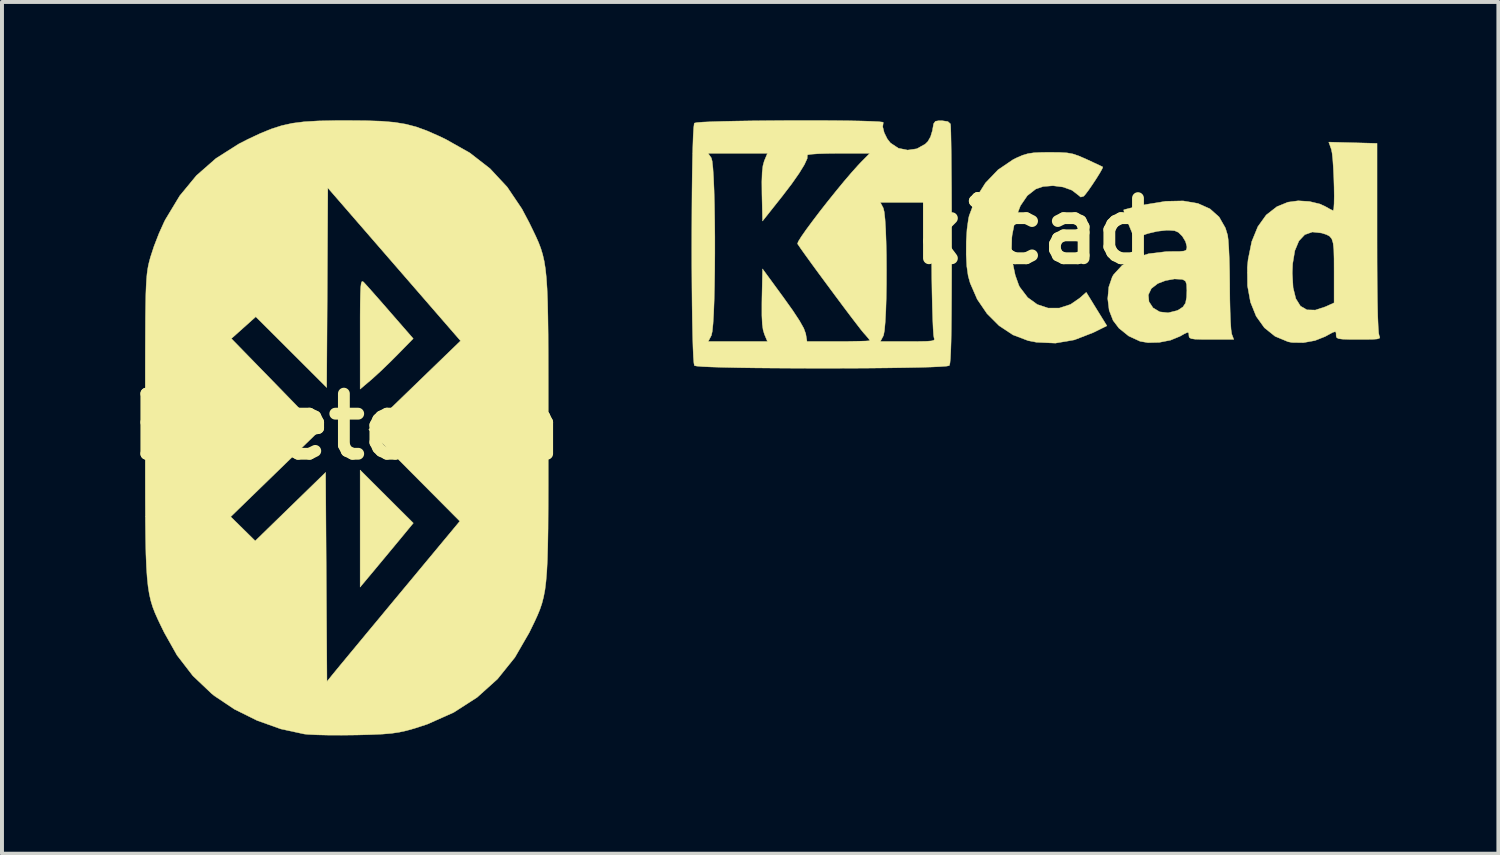
<source format=kicad_pcb>
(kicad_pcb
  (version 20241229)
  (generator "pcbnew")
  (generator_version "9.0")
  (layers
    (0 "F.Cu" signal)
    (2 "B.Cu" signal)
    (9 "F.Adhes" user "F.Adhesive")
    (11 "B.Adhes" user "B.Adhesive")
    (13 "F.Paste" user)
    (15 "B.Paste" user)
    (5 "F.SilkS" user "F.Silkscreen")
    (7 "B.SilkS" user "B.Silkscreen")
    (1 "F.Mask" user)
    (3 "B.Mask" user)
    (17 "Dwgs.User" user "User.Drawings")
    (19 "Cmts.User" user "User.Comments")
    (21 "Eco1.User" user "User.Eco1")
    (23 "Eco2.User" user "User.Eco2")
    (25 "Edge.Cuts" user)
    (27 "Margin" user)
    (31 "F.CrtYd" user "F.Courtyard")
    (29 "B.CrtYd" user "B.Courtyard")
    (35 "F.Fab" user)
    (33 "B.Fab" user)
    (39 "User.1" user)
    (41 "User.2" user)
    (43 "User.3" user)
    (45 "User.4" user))
  (footprint "kicad"
    (layer "F.Cu")
    (at 23.148 2.807)
    (property "Reference" "kicad" (at 0 0 0) (layer "F.SilkS") (effects (font (size 1.524 1.524) (thickness 0.3))))
    (attr through_hole)
    (fp_poly (pts (xy 0.668 -1.993) (xy 0.851 -1.982) (xy 0.999 -1.955) (xy 1.144 -1.906) (xy 1.323 -1.829) (xy 1.348 -1.817) (xy 1.529 -1.733) (xy 1.671 -1.667) (xy 1.749 -1.629) (xy 1.757 -1.624) (xy 1.741 -1.578) (xy 1.681 -1.471) (xy 1.592 -1.328) (xy 1.49 -1.173) (xy 1.391 -1.03) (xy 1.31 -0.924) (xy 1.273 -0.883) (xy 1.197 -0.861) (xy 1.138 -0.91) (xy 0.975 -1.035) (xy 0.75 -1.116) (xy 0.495 -1.149) (xy 0.244 -1.129) (xy 0.059 -1.066) (xy -0.156 -0.898) (xy -0.331 -0.642) (xy -0.46 -0.306) (xy -0.541 0.1) (xy -0.549 0.169) (xy -0.557 0.481) (xy -0.527 0.81) (xy -0.463 1.119) (xy -0.373 1.372) (xy -0.347 1.422) (xy -0.148 1.684) (xy 0.096 1.861) (xy 0.369 1.952) (xy 0.655 1.952) (xy 0.938 1.86) (xy 1.166 1.704) (xy 1.338 1.553) (xy 1.599 1.978) (xy 1.861 2.402) (xy 1.514 2.574) (xy 1.035 2.759) (xy 0.556 2.841) (xy 0.074 2.819) (xy -0.136 2.778) (xy -0.519 2.633) (xy -0.87 2.401) (xy -1.177 2.095) (xy -1.426 1.73) (xy -1.605 1.319) (xy -1.656 1.135) (xy -1.69 0.897) (xy -1.706 0.596) (xy -1.704 0.269) (xy -1.685 -0.046) (xy -1.648 -0.311) (xy -1.631 -0.387) (xy -1.466 -0.825) (xy -1.218 -1.219) (xy -0.899 -1.552) (xy -0.521 -1.809) (xy -0.428 -1.856) (xy -0.278 -1.921) (xy -0.141 -1.962) (xy 0.012 -1.985) (xy 0.215 -1.994) (xy 0.415 -1.996) (xy 0.668 -1.993)) (stroke (width 0.01) (type solid)) (fill yes) (layer "F.SilkS"))
    (fp_poly (pts (xy 8.709 -2.223) (xy 8.709 0.162) (xy 8.71 0.795) (xy 8.713 1.34) (xy 8.719 1.795) (xy 8.727 2.155) (xy 8.738 2.42) (xy 8.75 2.586) (xy 8.762 2.647) (xy 8.78 2.691) (xy 8.768 2.719) (xy 8.71 2.736) (xy 8.589 2.745) (xy 8.388 2.747) (xy 8.244 2.747) (xy 7.994 2.746) (xy 7.83 2.74) (xy 7.733 2.727) (xy 7.687 2.702) (xy 7.673 2.664) (xy 7.672 2.644) (xy 7.67 2.576) (xy 7.649 2.55) (xy 7.588 2.568) (xy 7.467 2.633) (xy 7.395 2.673) (xy 7.135 2.776) (xy 6.84 2.829) (xy 6.556 2.825) (xy 6.454 2.806) (xy 6.125 2.669) (xy 5.854 2.452) (xy 5.645 2.16) (xy 5.501 1.803) (xy 5.425 1.387) (xy 5.422 1.062) (xy 6.56 1.062) (xy 6.581 1.434) (xy 6.65 1.713) (xy 6.767 1.901) (xy 6.931 1.997) (xy 7.144 2.003) (xy 7.4 1.919) (xy 7.62 1.819) (xy 7.62 1.02) (xy 7.619 0.699) (xy 7.613 0.466) (xy 7.595 0.305) (xy 7.562 0.199) (xy 7.508 0.132) (xy 7.427 0.089) (xy 7.314 0.053) (xy 7.302 0.05) (xy 7.068 0.024) (xy 6.876 0.092) (xy 6.728 0.251) (xy 6.625 0.497) (xy 6.57 0.829) (xy 6.56 1.062) (xy 5.422 1.062) (xy 5.421 0.92) (xy 5.44 0.724) (xy 5.533 0.266) (xy 5.687 -0.111) (xy 5.899 -0.407) (xy 6.17 -0.618) (xy 6.449 -0.732) (xy 6.709 -0.767) (xy 6.994 -0.75) (xy 7.257 -0.687) (xy 7.393 -0.625) (xy 7.512 -0.558) (xy 7.588 -0.521) (xy 7.597 -0.518) (xy 7.612 -0.566) (xy 7.62 -0.696) (xy 7.623 -0.886) (xy 7.62 -1.115) (xy 7.613 -1.36) (xy 7.601 -1.6) (xy 7.587 -1.814) (xy 7.569 -1.979) (xy 7.55 -2.073) (xy 7.485 -2.255) (xy 8.709 -2.223)) (stroke (width 0.01) (type solid)) (fill yes) (layer "F.SilkS"))
    (fp_poly (pts (xy 4.168 -0.7) (xy 4.473 -0.564) (xy 4.706 -0.356) (xy 4.865 -0.078) (xy 4.921 0.104) (xy 4.937 0.227) (xy 4.951 0.434) (xy 4.963 0.704) (xy 4.971 1.018) (xy 4.975 1.356) (xy 4.975 1.409) (xy 4.978 1.74) (xy 4.985 2.043) (xy 4.995 2.3) (xy 5.008 2.493) (xy 5.024 2.603) (xy 5.027 2.614) (xy 5.077 2.747) (xy 4.509 2.747) (xy 4.259 2.746) (xy 4.096 2.741) (xy 4 2.727) (xy 3.954 2.702) (xy 3.94 2.663) (xy 3.94 2.641) (xy 3.934 2.582) (xy 3.903 2.569) (xy 3.824 2.605) (xy 3.715 2.667) (xy 3.474 2.766) (xy 3.188 2.822) (xy 2.903 2.829) (xy 2.703 2.795) (xy 2.413 2.661) (xy 2.166 2.462) (xy 2.018 2.267) (xy 1.918 2.008) (xy 1.882 1.713) (xy 1.891 1.618) (xy 2.911 1.618) (xy 2.928 1.791) (xy 3.03 1.946) (xy 3.2 2.048) (xy 3.412 2.072) (xy 3.636 2.017) (xy 3.677 1.998) (xy 3.789 1.923) (xy 3.854 1.826) (xy 3.882 1.677) (xy 3.888 1.505) (xy 3.881 1.351) (xy 3.854 1.27) (xy 3.791 1.232) (xy 3.763 1.224) (xy 3.574 1.214) (xy 3.348 1.255) (xy 3.151 1.33) (xy 2.987 1.457) (xy 2.911 1.618) (xy 1.891 1.618) (xy 1.909 1.418) (xy 1.997 1.161) (xy 2.031 1.104) (xy 2.249 0.867) (xy 2.548 0.69) (xy 2.922 0.574) (xy 3.366 0.521) (xy 3.51 0.518) (xy 3.704 0.517) (xy 3.817 0.506) (xy 3.871 0.48) (xy 3.887 0.43) (xy 3.888 0.392) (xy 3.855 0.267) (xy 3.774 0.133) (xy 3.762 0.12) (xy 3.674 0.033) (xy 3.578 -0.009) (xy 3.434 -0.02) (xy 3.361 -0.019) (xy 3.139 0.006) (xy 2.904 0.061) (xy 2.822 0.089) (xy 2.56 0.19) (xy 2.413 -0.166) (xy 2.345 -0.339) (xy 2.3 -0.47) (xy 2.286 -0.535) (xy 2.287 -0.537) (xy 2.343 -0.554) (xy 2.478 -0.588) (xy 2.67 -0.633) (xy 2.844 -0.672) (xy 3.352 -0.755) (xy 3.794 -0.764) (xy 4.168 -0.7)) (stroke (width 0.01) (type solid)) (fill yes) (layer "F.SilkS"))
    (fp_poly (pts (xy -5.453 -2.802) (xy -5.056 -2.8) (xy -4.692 -2.796) (xy -4.375 -2.79) (xy -4.117 -2.782) (xy -3.929 -2.773) (xy -3.824 -2.761) (xy -3.807 -2.753) (xy -3.822 -2.644) (xy -3.784 -2.493) (xy -3.706 -2.336) (xy -3.625 -2.233) (xy -3.425 -2.1) (xy -3.193 -2.052) (xy -2.958 -2.086) (xy -2.747 -2.203) (xy -2.678 -2.27) (xy -2.609 -2.391) (xy -2.56 -2.554) (xy -2.555 -2.588) (xy -2.531 -2.722) (xy -2.486 -2.783) (xy -2.39 -2.799) (xy -2.331 -2.799) (xy -2.17 -2.776) (xy -2.105 -2.717) (xy -2.099 -2.652) (xy -2.094 -2.492) (xy -2.089 -2.247) (xy -2.084 -1.927) (xy -2.081 -1.542) (xy -2.077 -1.1) (xy -2.075 -0.611) (xy -2.074 -0.085) (xy -2.073 0.357) (xy -2.074 1.031) (xy -2.076 1.607) (xy -2.079 2.092) (xy -2.083 2.49) (xy -2.089 2.809) (xy -2.097 3.054) (xy -2.106 3.23) (xy -2.117 3.345) (xy -2.131 3.403) (xy -2.136 3.411) (xy -2.2 3.424) (xy -2.357 3.436) (xy -2.596 3.447) (xy -2.905 3.456) (xy -3.274 3.463) (xy -3.693 3.469) (xy -4.149 3.474) (xy -4.632 3.477) (xy -5.131 3.478) (xy -5.636 3.478) (xy -6.134 3.476) (xy -6.616 3.473) (xy -7.069 3.469) (xy -7.484 3.463) (xy -7.85 3.455) (xy -8.155 3.446) (xy -8.388 3.436) (xy -8.538 3.423) (xy -8.595 3.411) (xy -8.608 3.346) (xy -8.621 3.189) (xy -8.631 2.951) (xy -8.64 2.643) (xy -8.648 2.276) (xy -8.654 1.862) (xy -8.658 1.411) (xy -8.661 0.936) (xy -8.662 0.447) (xy -8.661 -0.045) (xy -8.659 -0.528) (xy -8.656 -0.991) (xy -8.651 -1.423) (xy -8.644 -1.812) (xy -8.64 -1.97) (xy -8.248 -1.97) (xy -8.167 -1.855) (xy -8.145 -1.771) (xy -8.126 -1.597) (xy -8.11 -1.347) (xy -8.097 -1.035) (xy -8.087 -0.673) (xy -8.081 -0.276) (xy -8.077 0.143) (xy -8.077 0.57) (xy -8.08 0.992) (xy -8.086 1.394) (xy -8.095 1.764) (xy -8.107 2.087) (xy -8.123 2.35) (xy -8.142 2.54) (xy -8.164 2.642) (xy -8.166 2.646) (xy -8.245 2.799) (xy -6.744 2.799) (xy -6.821 2.616) (xy -6.854 2.506) (xy -6.875 2.353) (xy -6.885 2.139) (xy -6.885 1.846) (xy -6.883 1.696) (xy -6.868 0.959) (xy -6.337 1.685) (xy -6.101 2.015) (xy -5.931 2.274) (xy -5.823 2.466) (xy -5.775 2.598) (xy -5.773 2.605) (xy -5.741 2.799) (xy -4.944 2.799) (xy -4.67 2.798) (xy -4.436 2.794) (xy -4.261 2.788) (xy -4.162 2.781) (xy -4.147 2.776) (xy -4.179 2.728) (xy -4.26 2.633) (xy -4.306 2.582) (xy -4.371 2.503) (xy -4.485 2.355) (xy -4.64 2.153) (xy -4.822 1.911) (xy -5.021 1.644) (xy -5.227 1.366) (xy -5.429 1.093) (xy -5.615 0.839) (xy -5.775 0.618) (xy -5.897 0.447) (xy -5.971 0.338) (xy -5.982 0.322) (xy -5.962 0.265) (xy -5.885 0.141) (xy -5.762 -0.035) (xy -5.602 -0.251) (xy -5.417 -0.495) (xy -5.236 -0.726) (xy -3.882 -0.726) (xy -3.807 -0.583) (xy -3.783 -0.483) (xy -3.763 -0.297) (xy -3.747 -0.04) (xy -3.736 0.27) (xy -3.728 0.615) (xy -3.726 0.981) (xy -3.727 1.348) (xy -3.733 1.702) (xy -3.743 2.024) (xy -3.758 2.299) (xy -3.776 2.508) (xy -3.799 2.636) (xy -3.807 2.657) (xy -3.882 2.799) (xy -3.179 2.799) (xy -2.898 2.798) (xy -2.706 2.794) (xy -2.587 2.785) (xy -2.527 2.768) (xy -2.511 2.742) (xy -2.521 2.708) (xy -2.533 2.636) (xy -2.544 2.473) (xy -2.554 2.233) (xy -2.564 1.928) (xy -2.572 1.572) (xy -2.578 1.178) (xy -2.58 0.946) (xy -2.595 -0.726) (xy -3.882 -0.726) (xy -5.236 -0.726) (xy -5.215 -0.752) (xy -5.007 -1.011) (xy -4.804 -1.258) (xy -4.615 -1.479) (xy -4.451 -1.662) (xy -4.369 -1.749) (xy -4.15 -1.97) (xy -4.955 -1.97) (xy -5.229 -1.967) (xy -5.459 -1.96) (xy -5.628 -1.948) (xy -5.721 -1.934) (xy -5.732 -1.925) (xy -5.736 -1.839) (xy -5.807 -1.684) (xy -5.94 -1.467) (xy -6.131 -1.194) (xy -6.376 -0.874) (xy -6.403 -0.84) (xy -6.868 -0.254) (xy -6.883 -0.928) (xy -6.886 -1.25) (xy -6.878 -1.486) (xy -6.858 -1.656) (xy -6.825 -1.777) (xy -6.821 -1.786) (xy -6.744 -1.97) (xy -8.248 -1.97) (xy -8.64 -1.97) (xy -8.635 -2.148) (xy -8.626 -2.419) (xy -8.614 -2.613) (xy -8.601 -2.72) (xy -8.595 -2.737) (xy -8.532 -2.75) (xy -8.382 -2.762) (xy -8.154 -2.772) (xy -7.863 -2.781) (xy -7.519 -2.788) (xy -7.136 -2.794) (xy -6.726 -2.798) (xy -6.3 -2.801) (xy -5.872 -2.802) (xy -5.453 -2.802)) (stroke (width 0.01) (type solid)) (fill yes) (layer "F.SilkS")))
  (footprint "Bluetooth"
    (layer "F.Cu")
    (at 5.74 7.763)
    (property "Reference" "Bluetooth" (at 0 0 0) (layer "F.SilkS") (effects (font (size 1.524 1.524) (thickness 0.3))))
    (attr through_hole)
    (fp_poly (pts (xy 1.013 1.775) (xy 1.687 2.447) (xy 1.311 2.903) (xy 1.11 3.145) (xy 0.895 3.404) (xy 0.702 3.636) (xy 0.637 3.714) (xy 0.339 4.07) (xy 0.339 1.102) (xy 1.013 1.775)) (stroke (width 0.01) (type solid)) (fill yes) (layer "F.SilkS"))
    (fp_poly (pts (xy 0.429 -3.66) (xy 0.496 -3.587) (xy 0.622 -3.446) (xy 0.791 -3.255) (xy 0.989 -3.029) (xy 1.101 -2.9) (xy 1.685 -2.23) (xy 1.28 -1.816) (xy 1.072 -1.609) (xy 0.859 -1.404) (xy 0.673 -1.234) (xy 0.607 -1.176) (xy 0.339 -0.949) (xy 0.339 -2.349) (xy 0.339 -2.782) (xy 0.341 -3.114) (xy 0.346 -3.357) (xy 0.353 -3.523) (xy 0.365 -3.624) (xy 0.381 -3.672) (xy 0.404 -3.679) (xy 0.429 -3.66)) (stroke (width 0.01) (type solid)) (fill yes) (layer "F.SilkS"))
    (fp_poly (pts (xy 0.485 -7.754) (xy 0.881 -7.741) (xy 1.209 -7.713) (xy 1.495 -7.666) (xy 1.76 -7.597) (xy 2.028 -7.5) (xy 2.321 -7.371) (xy 2.512 -7.28) (xy 3.117 -6.939) (xy 3.631 -6.54) (xy 4.067 -6.072) (xy 4.439 -5.52) (xy 4.627 -5.165) (xy 4.717 -4.98) (xy 4.795 -4.817) (xy 4.862 -4.666) (xy 4.919 -4.517) (xy 4.966 -4.362) (xy 5.005 -4.192) (xy 5.036 -3.997) (xy 5.06 -3.768) (xy 5.078 -3.496) (xy 5.091 -3.172) (xy 5.099 -2.786) (xy 5.105 -2.329) (xy 5.107 -1.793) (xy 5.108 -1.167) (xy 5.108 -0.443) (xy 5.108 0.028) (xy 5.108 0.814) (xy 5.108 1.496) (xy 5.106 2.083) (xy 5.103 2.585) (xy 5.096 3.011) (xy 5.086 3.371) (xy 5.071 3.672) (xy 5.05 3.925) (xy 5.024 4.139) (xy 4.989 4.322) (xy 4.947 4.485) (xy 4.896 4.636) (xy 4.835 4.784) (xy 4.764 4.939) (xy 4.681 5.11) (xy 4.627 5.221) (xy 4.262 5.852) (xy 3.821 6.4) (xy 3.304 6.865) (xy 2.71 7.247) (xy 2.041 7.545) (xy 1.719 7.65) (xy 1.516 7.707) (xy 1.33 7.748) (xy 1.135 7.777) (xy 0.906 7.796) (xy 0.617 7.809) (xy 0.242 7.819) (xy 0.226 7.819) (xy -0.123 7.823) (xy -0.458 7.822) (xy -0.751 7.815) (xy -0.975 7.804) (xy -1.077 7.794) (xy -1.673 7.665) (xy -2.275 7.45) (xy -2.847 7.166) (xy -3.354 6.827) (xy -3.425 6.77) (xy -3.902 6.317) (xy -4.304 5.795) (xy -4.627 5.221) (xy -4.717 5.037) (xy -4.795 4.873) (xy -4.862 4.722) (xy -4.919 4.574) (xy -4.966 4.419) (xy -5.005 4.249) (xy -5.036 4.054) (xy -5.06 3.825) (xy -5.078 3.553) (xy -5.091 3.229) (xy -5.099 2.843) (xy -5.105 2.386) (xy -5.105 2.286) (xy -2.942 2.286) (xy -2.631 2.592) (xy -2.32 2.898) (xy -1.428 2.03) (xy -0.536 1.162) (xy -0.519 3.813) (xy -0.502 6.463) (xy -0.366 6.294) (xy -0.301 6.215) (xy -0.173 6.059) (xy 0.011 5.837) (xy 0.243 5.557) (xy 0.513 5.231) (xy 0.815 4.868) (xy 1.138 4.478) (xy 1.318 4.262) (xy 2.866 2.399) (xy 1.712 1.238) (xy 0.558 0.077) (xy 1.721 -1.048) (xy 2.885 -2.173) (xy -0.48 -6.05) (xy -0.494 -3.52) (xy -0.509 -0.99) (xy -1.407 -1.887) (xy -2.306 -2.784) (xy -2.615 -2.507) (xy -2.925 -2.23) (xy -2.347 -1.637) (xy -2.076 -1.359) (xy -1.77 -1.045) (xy -1.469 -0.735) (xy -1.221 -0.48) (xy -0.674 0.085) (xy -1.808 1.185) (xy -2.942 2.286) (xy -5.105 2.286) (xy -5.107 1.849) (xy -5.108 1.224) (xy -5.108 0.5) (xy -5.108 0.028) (xy -5.108 -0.723) (xy -5.108 -1.37) (xy -5.107 -1.922) (xy -5.105 -2.388) (xy -5.103 -2.777) (xy -5.098 -3.097) (xy -5.093 -3.358) (xy -5.085 -3.568) (xy -5.075 -3.736) (xy -5.063 -3.871) (xy -5.048 -3.982) (xy -5.031 -4.078) (xy -5.01 -4.168) (xy -4.985 -4.261) (xy -4.978 -4.288) (xy -4.886 -4.57) (xy -4.762 -4.891) (xy -4.628 -5.188) (xy -4.598 -5.247) (xy -4.234 -5.85) (xy -3.811 -6.363) (xy -3.315 -6.798) (xy -2.735 -7.166) (xy -2.512 -7.28) (xy -2.193 -7.43) (xy -1.913 -7.544) (xy -1.649 -7.629) (xy -1.378 -7.689) (xy -1.077 -7.727) (xy -0.723 -7.748) (xy -0.293 -7.757) (xy 0 -7.758) (xy 0.485 -7.754)) (stroke (width 0.01) (type solid)) (fill yes) (layer "F.SilkS")))
  (gr_rect
    (start -3 -3)
    (end 34.933 18.591)
    (stroke (width 0.1) (type default))
    (fill no)
    (layer "Edge.Cuts")))
</source>
